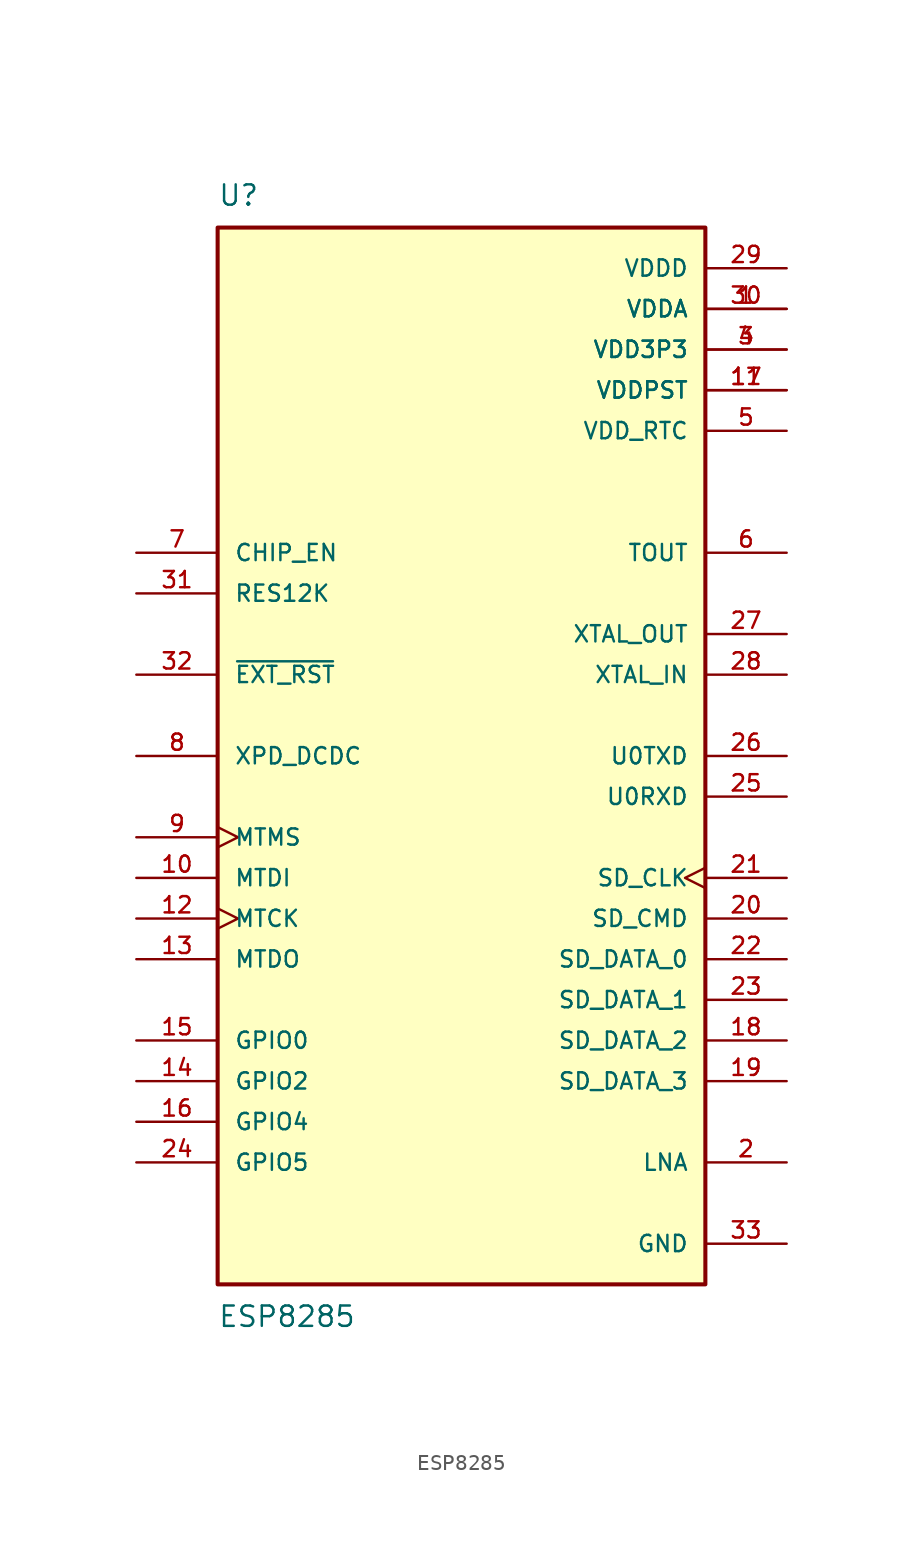
<source format=kicad_sym>
(kicad_symbol_lib
  (version 20211014)
  (generator kicad_symbol_editor)
  (symbol "ESP8285"
    (pin_names
      (offset 1.016))
    (property "Reference" "U"
      (at -15.24 34.29 0)
      (effects (font (size 1.27 1.27)) (justify bottom left)))
    (property "Value" "ESP8285"
      (at -15.24 -34.29 0.0)
      (effects (font (size 1.27 1.27)) (justify top left)))
    (symbol "ESP8285_0_0"
      (rectangle (start -15.24 -33.02) (end 15.24 33.02) (stroke (width 0.254)) (fill (type background)))
      (pin power_in line (at 20.32 27.94 180.0) (length 5.08) (name "VDDA" (effects (font (size 1.016 1.016)))) (number "1" (effects (font (size 1.016 1.016)))))
      (pin power_in line (at 20.32 27.94 180.0) (length 5.08) (name "VDDA" (effects (font (size 1.016 1.016)))) (number "30" (effects (font (size 1.016 1.016)))))
      (pin bidirectional line (at 20.32 -25.4 180.0) (length 5.08) (name "LNA" (effects (font (size 1.016 1.016)))) (number "2" (effects (font (size 1.016 1.016)))))
      (pin power_in line (at 20.32 25.4 180.0) (length 5.08) (name "VDD3P3" (effects (font (size 1.016 1.016)))) (number "3" (effects (font (size 1.016 1.016)))))
      (pin power_in line (at 20.32 25.4 180.0) (length 5.08) (name "VDD3P3" (effects (font (size 1.016 1.016)))) (number "4" (effects (font (size 1.016 1.016)))))
      (pin power_in line (at 20.32 20.32 180.0) (length 5.08) (name "VDD_RTC" (effects (font (size 1.016 1.016)))) (number "5" (effects (font (size 1.016 1.016)))))
      (pin output line (at 20.32 12.7 180.0) (length 5.08) (name "TOUT" (effects (font (size 1.016 1.016)))) (number "6" (effects (font (size 1.016 1.016)))))
      (pin input line (at -20.32 12.7 0) (length 5.08) (name "CHIP_EN" (effects (font (size 1.016 1.016)))) (number "7" (effects (font (size 1.016 1.016)))))
      (pin bidirectional line (at -20.32 0.0 0) (length 5.08) (name "XPD_DCDC" (effects (font (size 1.016 1.016)))) (number "8" (effects (font (size 1.016 1.016)))))
      (pin bidirectional clock (at -20.32 -5.08 0) (length 5.08) (name "MTMS" (effects (font (size 1.016 1.016)))) (number "9" (effects (font (size 1.016 1.016)))))
      (pin bidirectional line (at -20.32 -7.62 0) (length 5.08) (name "MTDI" (effects (font (size 1.016 1.016)))) (number "10" (effects (font (size 1.016 1.016)))))
      (pin power_in line (at 20.32 22.86 180.0) (length 5.08) (name "VDDPST" (effects (font (size 1.016 1.016)))) (number "11" (effects (font (size 1.016 1.016)))))
      (pin power_in line (at 20.32 22.86 180.0) (length 5.08) (name "VDDPST" (effects (font (size 1.016 1.016)))) (number "17" (effects (font (size 1.016 1.016)))))
      (pin bidirectional clock (at -20.32 -10.16 0) (length 5.08) (name "MTCK" (effects (font (size 1.016 1.016)))) (number "12" (effects (font (size 1.016 1.016)))))
      (pin bidirectional line (at -20.32 -12.7 0) (length 5.08) (name "MTDO" (effects (font (size 1.016 1.016)))) (number "13" (effects (font (size 1.016 1.016)))))
      (pin bidirectional line (at -20.32 -20.32 0) (length 5.08) (name "GPIO2" (effects (font (size 1.016 1.016)))) (number "14" (effects (font (size 1.016 1.016)))))
      (pin bidirectional line (at -20.32 -17.78 0) (length 5.08) (name "GPIO0" (effects (font (size 1.016 1.016)))) (number "15" (effects (font (size 1.016 1.016)))))
      (pin bidirectional line (at -20.32 -22.86 0) (length 5.08) (name "GPIO4" (effects (font (size 1.016 1.016)))) (number "16" (effects (font (size 1.016 1.016)))))
      (pin bidirectional line (at 20.32 -17.78 180.0) (length 5.08) (name "SD_DATA_2" (effects (font (size 1.016 1.016)))) (number "18" (effects (font (size 1.016 1.016)))))
      (pin bidirectional line (at 20.32 -20.32 180.0) (length 5.08) (name "SD_DATA_3" (effects (font (size 1.016 1.016)))) (number "19" (effects (font (size 1.016 1.016)))))
      (pin bidirectional line (at 20.32 -10.16 180.0) (length 5.08) (name "SD_CMD" (effects (font (size 1.016 1.016)))) (number "20" (effects (font (size 1.016 1.016)))))
      (pin bidirectional clock (at 20.32 -7.62 180.0) (length 5.08) (name "SD_CLK" (effects (font (size 1.016 1.016)))) (number "21" (effects (font (size 1.016 1.016)))))
      (pin bidirectional line (at 20.32 -12.7 180.0) (length 5.08) (name "SD_DATA_0" (effects (font (size 1.016 1.016)))) (number "22" (effects (font (size 1.016 1.016)))))
      (pin bidirectional line (at 20.32 -15.24 180.0) (length 5.08) (name "SD_DATA_1" (effects (font (size 1.016 1.016)))) (number "23" (effects (font (size 1.016 1.016)))))
      (pin bidirectional line (at -20.32 -25.4 0) (length 5.08) (name "GPIO5" (effects (font (size 1.016 1.016)))) (number "24" (effects (font (size 1.016 1.016)))))
      (pin bidirectional line (at 20.32 -2.54 180.0) (length 5.08) (name "U0RXD" (effects (font (size 1.016 1.016)))) (number "25" (effects (font (size 1.016 1.016)))))
      (pin bidirectional line (at 20.32 0.0 180.0) (length 5.08) (name "U0TXD" (effects (font (size 1.016 1.016)))) (number "26" (effects (font (size 1.016 1.016)))))
      (pin output line (at 20.32 7.62 180.0) (length 5.08) (name "XTAL_OUT" (effects (font (size 1.016 1.016)))) (number "27" (effects (font (size 1.016 1.016)))))
      (pin input line (at 20.32 5.08 180.0) (length 5.08) (name "XTAL_IN" (effects (font (size 1.016 1.016)))) (number "28" (effects (font (size 1.016 1.016)))))
      (pin power_in line (at 20.32 30.48 180.0) (length 5.08) (name "VDDD" (effects (font (size 1.016 1.016)))) (number "29" (effects (font (size 1.016 1.016)))))
      (pin input line (at -20.32 10.16 0) (length 5.08) (name "RES12K" (effects (font (size 1.016 1.016)))) (number "31" (effects (font (size 1.016 1.016)))))
      (pin input line (at -20.32 5.08 0) (length 5.08) (name "~{EXT_RST}" (effects (font (size 1.016 1.016)))) (number "32" (effects (font (size 1.016 1.016)))))
      (pin power_in line (at 20.32 -30.48 180.0) (length 5.08) (name "GND" (effects (font (size 1.016 1.016)))) (number "33" (effects (font (size 1.016 1.016))))))))
</source>
